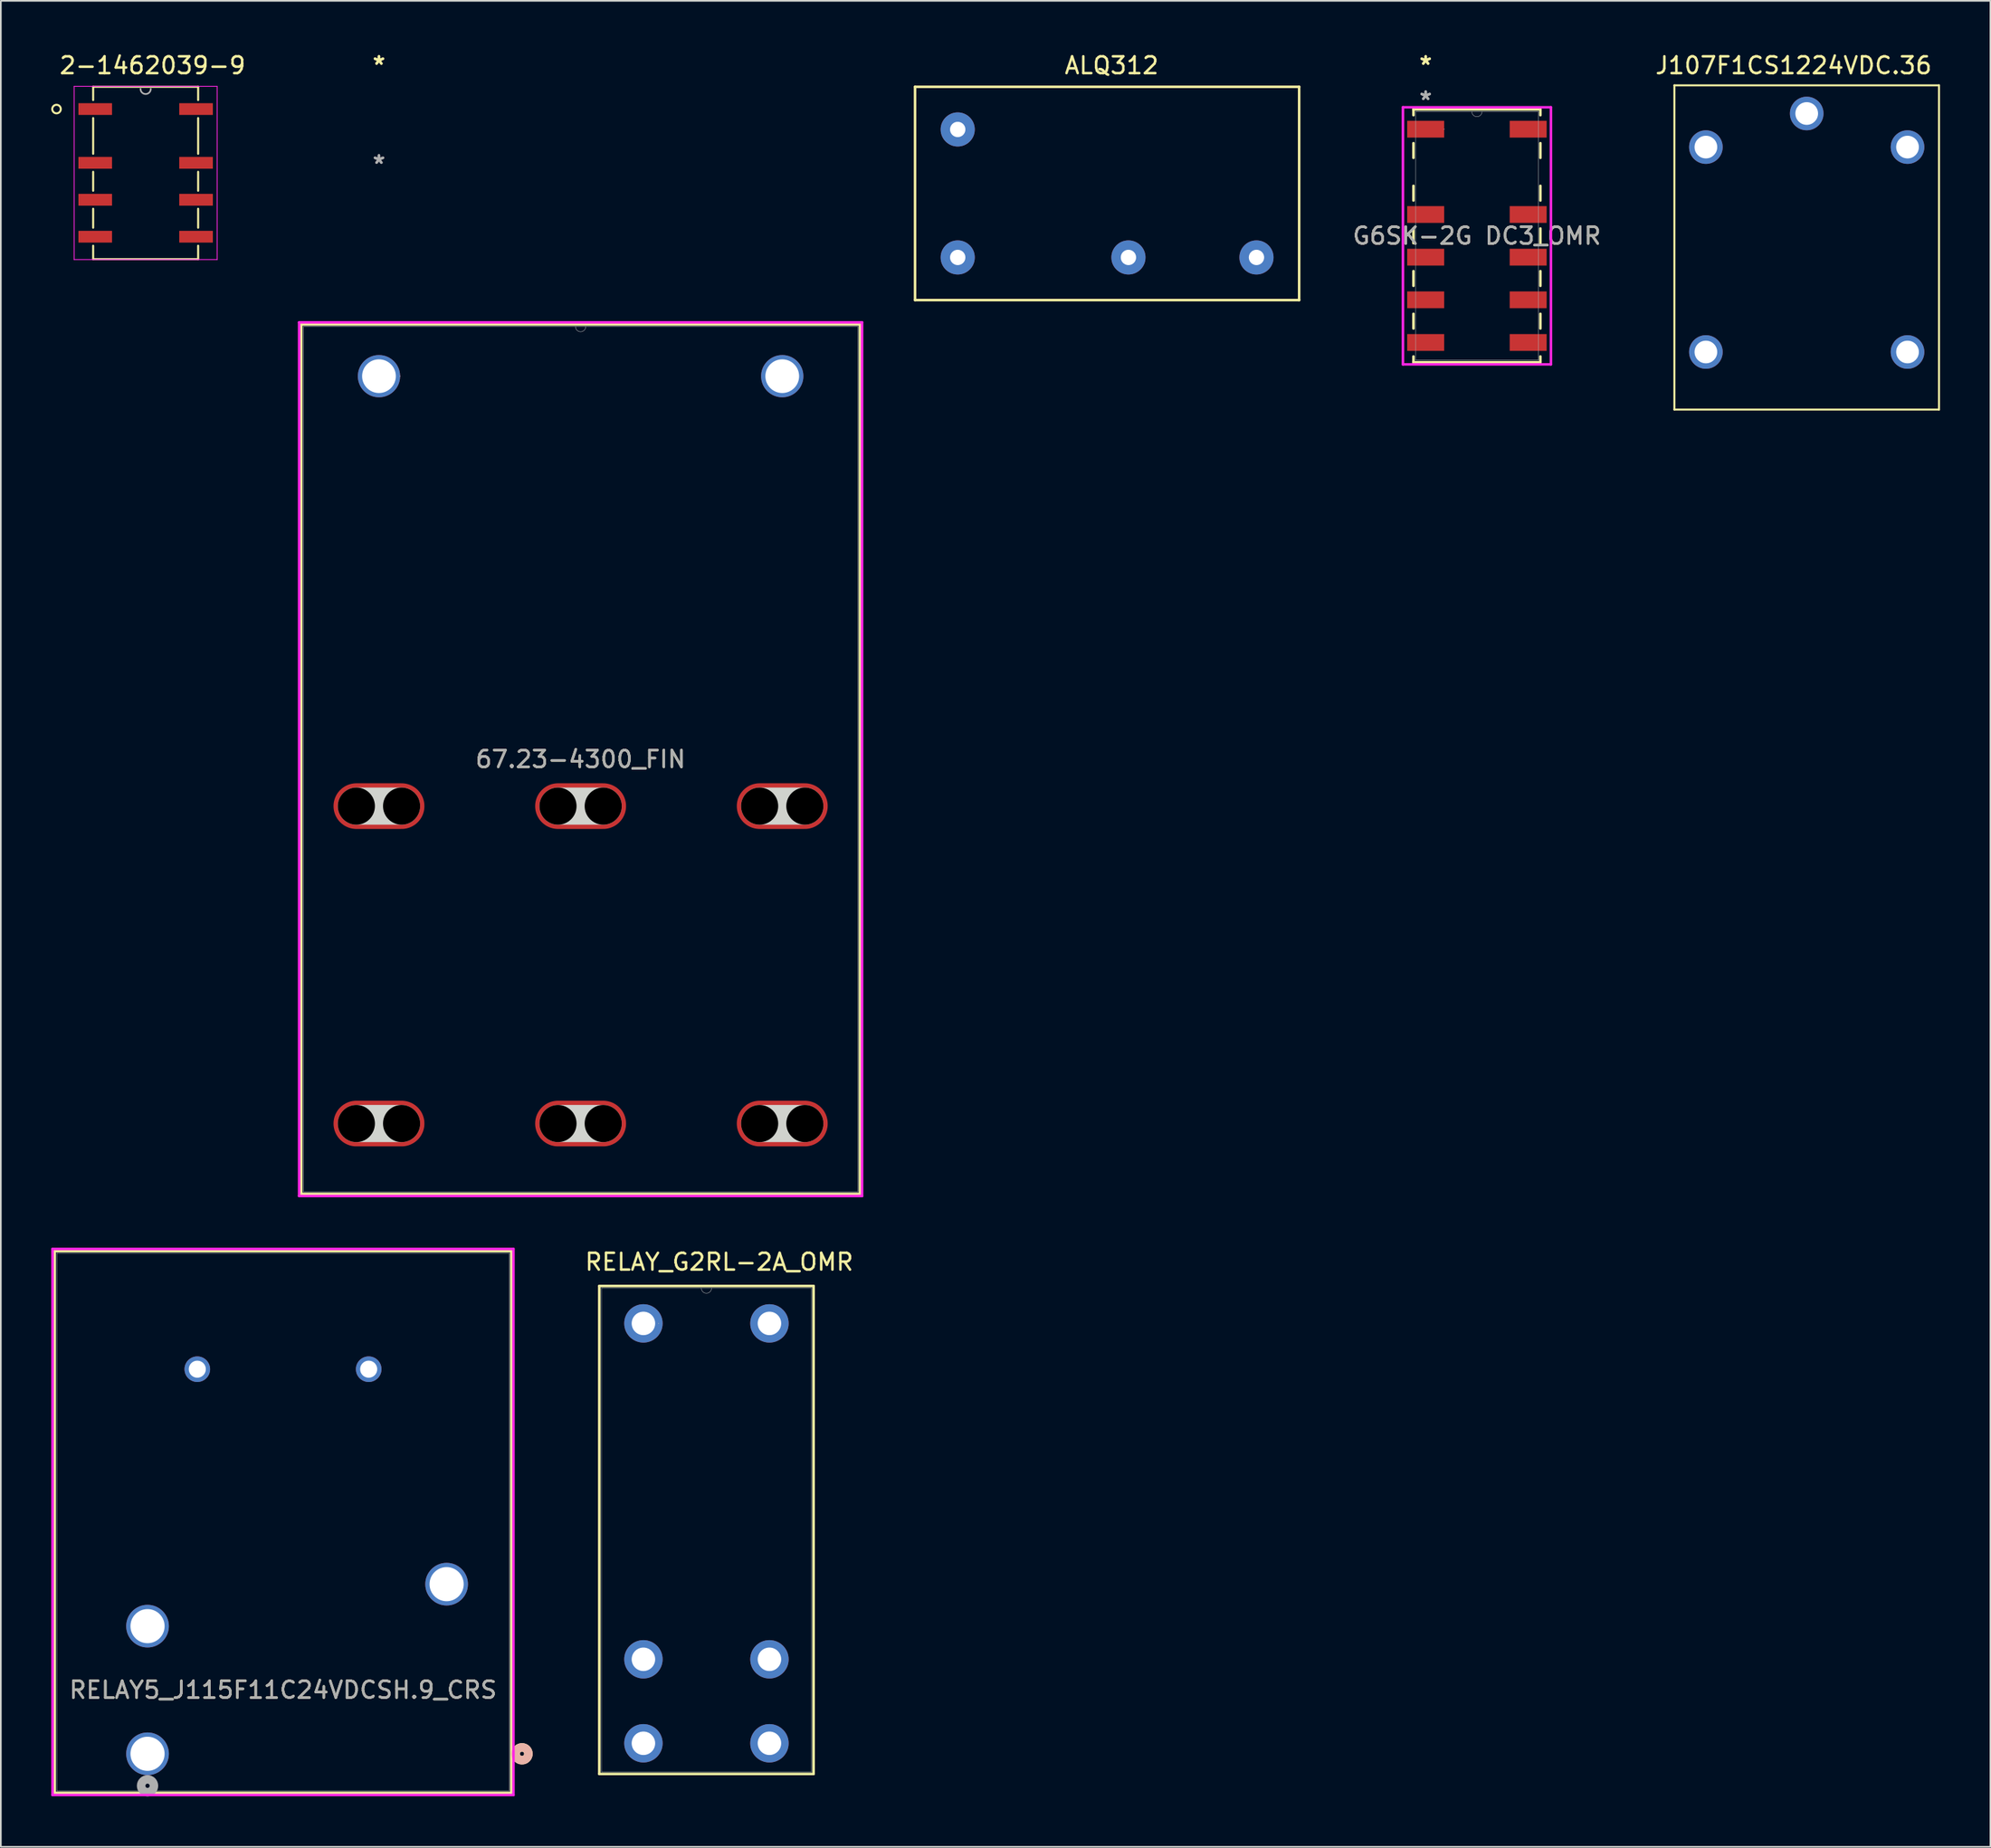
<source format=kicad_pcb>
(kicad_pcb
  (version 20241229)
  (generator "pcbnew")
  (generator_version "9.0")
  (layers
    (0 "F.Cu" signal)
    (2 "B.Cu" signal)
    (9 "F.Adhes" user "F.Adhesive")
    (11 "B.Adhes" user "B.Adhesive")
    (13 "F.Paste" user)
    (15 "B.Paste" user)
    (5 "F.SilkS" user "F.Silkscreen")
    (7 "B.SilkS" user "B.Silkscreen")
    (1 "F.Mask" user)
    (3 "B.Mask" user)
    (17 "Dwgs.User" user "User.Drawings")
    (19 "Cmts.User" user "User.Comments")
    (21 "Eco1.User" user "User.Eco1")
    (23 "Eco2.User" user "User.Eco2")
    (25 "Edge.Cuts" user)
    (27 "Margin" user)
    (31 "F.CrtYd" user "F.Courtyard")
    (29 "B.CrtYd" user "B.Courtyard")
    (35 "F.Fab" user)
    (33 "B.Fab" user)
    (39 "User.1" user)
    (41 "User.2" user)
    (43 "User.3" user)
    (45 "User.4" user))
  (footprint "RELAY_G2RL-2A_OMR"
    (layer "F.Cu")
    (at 42.742 100.348)
    (property "Reference" "RELAY_G2RL-2A_OMR" (at -2.99 -28.26 0) (unlocked yes) (layer "F.SilkS") (effects (font (size 1 1) (thickness 0.15))))
    (attr through_hole)
    (fp_line (start -10.127 -26.827) (end -10.127 2.227) (stroke (width 0.152) (type solid)) (layer "F.SilkS"))
    (fp_line (start -10.127 2.227) (end 2.627 2.227) (stroke (width 0.152) (type solid)) (layer "F.SilkS"))
    (fp_line (start 2.627 -26.827) (end -10.127 -26.827) (stroke (width 0.152) (type solid)) (layer "F.SilkS"))
    (fp_line (start 2.627 2.227) (end 2.627 -26.827) (stroke (width 0.152) (type solid)) (layer "F.SilkS"))
    (fp_line (start -10 -26.7) (end -10 2.1) (stroke (width 0.025) (type solid)) (layer "F.Fab"))
    (fp_line (start -10 2.1) (end 2.5 2.1) (stroke (width 0.025) (type solid)) (layer "F.Fab"))
    (fp_line (start 2.5 -26.7) (end -10 -26.7) (stroke (width 0.025) (type solid)) (layer "F.Fab"))
    (fp_line (start 2.5 2.1) (end 2.5 -26.7) (stroke (width 0.025) (type solid)) (layer "F.Fab"))
    (fp_arc (start -3.4452 -26.699994) (mid -3.75 -26.395194) (end -4.0548 -26.699994) (stroke (width 0.0254) (type solid)) (layer "F.Fab"))
    (fp_circle (center -6.598 -24.6) (end -6.598 -24.6) (stroke (width 0.025) (type solid)) (fill no) (layer "F.Fab"))
    (pad "1" thru_hole circle (at -7.5 -24.6) (size 2.286 2.286) (drill 1.397) (layers "*.Cu" "*.Mask"))
    (pad "3" thru_hole circle (at -7.5 -4.6) (size 2.286 2.286) (drill 1.397) (layers "*.Cu" "*.Mask"))
    (pad "4" thru_hole circle (at -7.5 0.4) (size 2.286 2.286) (drill 1.397) (layers "*.Cu" "*.Mask"))
    (pad "5" thru_hole circle (at 0 0.4) (size 2.286 2.286) (drill 1.397) (layers "*.Cu" "*.Mask"))
    (pad "6" thru_hole circle (at 0 -4.6) (size 2.286 2.286) (drill 1.397) (layers "*.Cu" "*.Mask"))
    (pad "8" thru_hole circle (at 0 -24.6) (size 2.286 2.286) (drill 1.397) (layers "*.Cu" "*.Mask")))
  (footprint "RELAY5_J115F11C24VDCSH.9_CRS"
    (layer "F.Cu")
    (at 5.73 101.374)
    (property "Reference" "RELAY5_J115F11C24VDCSH.9_CRS" (at 8.062 -3.8 0) (unlocked yes) (layer "F.SilkS") (effects (font (size 1 1) (thickness 0.15))))
    (attr through_hole)
    (fp_line (start -5.527 -29.931) (end -5.527 2.327) (stroke (width 0.152) (type solid)) (layer "F.SilkS"))
    (fp_line (start -5.527 2.327) (end 21.651 2.327) (stroke (width 0.152) (type solid)) (layer "F.SilkS"))
    (fp_line (start 21.651 -29.931) (end -5.527 -29.931) (stroke (width 0.152) (type solid)) (layer "F.SilkS"))
    (fp_line (start 21.651 2.327) (end 21.651 -29.931) (stroke (width 0.152) (type solid)) (layer "F.SilkS"))
    (fp_circle (center 22.286 0) (end 22.667 0) (stroke (width 0.508) (type solid)) (fill no) (layer "F.SilkS"))
    (fp_circle (center 22.286 0) (end 22.667 0) (stroke (width 0.508) (type solid)) (fill no) (layer "B.SilkS"))
    (fp_line (start -5.654 -30.058) (end -5.654 2.454) (stroke (width 0.152) (type solid)) (layer "F.CrtYd"))
    (fp_line (start -5.654 2.454) (end 21.778 2.454) (stroke (width 0.152) (type solid)) (layer "F.CrtYd"))
    (fp_line (start 21.778 -30.058) (end -5.654 -30.058) (stroke (width 0.152) (type solid)) (layer "F.CrtYd"))
    (fp_line (start 21.778 2.454) (end 21.778 -30.058) (stroke (width 0.152) (type solid)) (layer "F.CrtYd"))
    (fp_line (start -5.4 -29.804) (end -5.4 2.2) (stroke (width 0.025) (type solid)) (layer "F.Fab"))
    (fp_line (start -5.4 2.2) (end 21.524 2.2) (stroke (width 0.025) (type solid)) (layer "F.Fab"))
    (fp_line (start 21.524 -29.804) (end -5.4 -29.804) (stroke (width 0.025) (type solid)) (layer "F.Fab"))
    (fp_line (start 21.524 2.2) (end 21.524 -29.804) (stroke (width 0.025) (type solid)) (layer "F.Fab"))
    (fp_circle (center 0 1.905) (end 0.381 1.905) (stroke (width 0.508) (type solid)) (fill no) (layer "F.Fab"))
    (fp_text user "${REFERENCE}" (at 8.062 -3.8 0) (unlocked yes) (layer "F.Fab") (effects (font (size 1 1) (thickness 0.15))))
    (pad "1" thru_hole circle (at 0 0) (size 2.54 2.54) (drill 2.032) (layers "*.Cu" "*.Mask"))
    (pad "2" thru_hole circle (at 0 -7.6) (size 2.54 2.54) (drill 2.032) (layers "*.Cu" "*.Mask"))
    (pad "3" thru_hole circle (at 17.8 -10.1) (size 2.54 2.54) (drill 2.032) (layers "*.Cu" "*.Mask"))
    (pad "4" thru_hole circle (at 2.962 -22.9) (size 1.524 1.524) (drill 1.016) (layers "*.Cu" "*.Mask"))
    (pad "5" thru_hole circle (at 13.162 -22.9) (size 1.524 1.524) (drill 1.016) (layers "*.Cu" "*.Mask")))
  (footprint "67.23-4300_FIN"
    (layer "F.Cu")
    (at 19.504 19.348)
    (property "Reference" "67.23-4300_FIN" (at 12 22.806 0) (unlocked yes) (layer "F.SilkS") (effects (font (size 1 1) (thickness 0.15))))
    (attr smd)
    (fp_line (start -4.624 -3.077) (end -4.624 48.688) (stroke (width 0.152) (type solid)) (layer "F.SilkS"))
    (fp_line (start -4.624 48.688) (end 28.624 48.688) (stroke (width 0.152) (type solid)) (layer "F.SilkS"))
    (fp_line (start 28.624 -3.077) (end -4.624 -3.077) (stroke (width 0.152) (type solid)) (layer "F.SilkS"))
    (fp_line (start 28.624 48.688) (end 28.624 -3.077) (stroke (width 0.152) (type solid)) (layer "F.SilkS"))
    (fp_line (start -1.346 25.6) (end 1.346 25.6) (stroke (width 2.21) (type solid)) (layer "Edge.Cuts"))
    (fp_line (start -1.346 44.5) (end 1.346 44.5) (stroke (width 2.21) (type solid)) (layer "Edge.Cuts"))
    (fp_line (start 10.654 25.6) (end 13.346 25.6) (stroke (width 2.21) (type solid)) (layer "Edge.Cuts"))
    (fp_line (start 10.654 44.5) (end 13.346 44.5) (stroke (width 2.21) (type solid)) (layer "Edge.Cuts"))
    (fp_line (start 22.654 25.6) (end 25.346 25.6) (stroke (width 2.21) (type solid)) (layer "Edge.Cuts"))
    (fp_line (start 22.654 44.5) (end 25.346 44.5) (stroke (width 2.21) (type solid)) (layer "Edge.Cuts"))
    (fp_line (start -4.751 -3.204) (end 28.751 -3.204) (stroke (width 0.152) (type solid)) (layer "F.CrtYd"))
    (fp_line (start -4.751 48.815) (end -4.751 -3.204) (stroke (width 0.152) (type solid)) (layer "F.CrtYd"))
    (fp_line (start 28.751 -3.204) (end 28.751 48.815) (stroke (width 0.152) (type solid)) (layer "F.CrtYd"))
    (fp_line (start 28.751 48.815) (end -4.751 48.815) (stroke (width 0.152) (type solid)) (layer "F.CrtYd"))
    (fp_line (start -4.497 -2.95) (end -4.497 48.561) (stroke (width 0.025) (type solid)) (layer "F.Fab"))
    (fp_line (start -4.497 48.561) (end 28.497 48.561) (stroke (width 0.025) (type solid)) (layer "F.Fab"))
    (fp_line (start 28.497 -2.95) (end -4.497 -2.95) (stroke (width 0.025) (type solid)) (layer "F.Fab"))
    (fp_line (start 28.497 48.561) (end 28.497 -2.95) (stroke (width 0.025) (type solid)) (layer "F.Fab"))
    (fp_arc (start 12.3048 -2.95) (mid 12 -2.6452) (end 11.6952 -2.95) (stroke (width 0.0254) (type solid)) (layer "F.Fab"))
    (fp_circle (center 1.257 0) (end 1.257 0) (stroke (width 0.025) (type solid)) (fill no) (layer "F.Fab"))
    (fp_text user "*" (at 0 -18.5 0) (layer "F.SilkS") (effects (font (size 1 1) (thickness 0.15))))
    (fp_text user "*" (at 0 -18.5 0) (unlocked yes) (layer "F.SilkS") (effects (font (size 1 1) (thickness 0.15))))
    (fp_text user "*" (at 0 -12.6 0) (unlocked yes) (layer "F.Fab") (effects (font (size 1 1) (thickness 0.15))))
    (fp_text user "*" (at 0 -12.6 0) (layer "F.Fab") (effects (font (size 1 1) (thickness 0.15))))
    (fp_text user "${REFERENCE}" (at 12 22.806 0) (unlocked yes) (layer "F.Fab") (effects (font (size 1 1) (thickness 0.15))))
    (pad "" np_thru_hole circle (at -1.346 25.6) (size 2.21 2.21) (drill 2.21) (layers))
    (pad "" np_thru_hole circle (at -1.346 44.5) (size 2.21 2.21) (drill 2.21) (layers))
    (pad "" np_thru_hole circle (at 1.346 25.6) (size 2.21 2.21) (drill 2.21) (layers))
    (pad "" np_thru_hole circle (at 1.346 44.5) (size 2.21 2.21) (drill 2.21) (layers))
    (pad "" np_thru_hole circle (at 10.654 25.6) (size 2.21 2.21) (drill 2.21) (layers))
    (pad "" np_thru_hole circle (at 10.654 44.5) (size 2.21 2.21) (drill 2.21) (layers))
    (pad "" np_thru_hole circle (at 13.346 25.6) (size 2.21 2.21) (drill 2.21) (layers))
    (pad "" np_thru_hole circle (at 13.346 44.5) (size 2.21 2.21) (drill 2.21) (layers))
    (pad "" np_thru_hole circle (at 22.654 25.6) (size 2.21 2.21) (drill 2.21) (layers))
    (pad "" np_thru_hole circle (at 22.654 44.5) (size 2.21 2.21) (drill 2.21) (layers))
    (pad "" np_thru_hole circle (at 25.346 25.6) (size 2.21 2.21) (drill 2.21) (layers))
    (pad "" np_thru_hole circle (at 25.346 44.5) (size 2.21 2.21) (drill 2.21) (layers))
    (pad "11" smd oval (at 0.000001 25.6) (size 5.41 2.718) (layers "F.Cu" "F.Mask" "F.Paste"))
    (pad "14" smd oval (at 0.000001 44.5) (size 5.41 2.718) (layers "F.Cu" "F.Mask" "F.Paste"))
    (pad "21" smd oval (at 12 25.6) (size 5.41 2.718) (layers "F.Cu" "F.Mask" "F.Paste"))
    (pad "24" smd oval (at 12 44.5) (size 5.41 2.718) (layers "F.Cu" "F.Mask" "F.Paste"))
    (pad "31" smd oval (at 24 25.6) (size 5.41 2.718) (layers "F.Cu" "F.Mask" "F.Paste"))
    (pad "34" smd oval (at 24 44.5) (size 5.41 2.718) (layers "F.Cu" "F.Mask" "F.Paste"))
    (pad "A1" thru_hole circle (at 0.000001 -0.000001) (size 2.515 2.515) (drill 2.007) (layers "*.Cu" "*.Mask"))
    (pad "A2" thru_hole circle (at 24 -0.000001) (size 2.515 2.515) (drill 2.007) (layers "*.Cu" "*.Mask")))
  (footprint "G6SK-2G DC3_OMR"
    (layer "F.Cu")
    (at 84.847 10.992)
    (property "Reference" "G6SK-2G DC3_OMR" (at 0 0 0) (unlocked yes) (layer "F.SilkS") (effects (font (size 1 1) (thickness 0.15))))
    (attr smd)
    (fp_line (start -3.777 -7.527) (end -3.777 -7.183) (stroke (width 0.152) (type solid)) (layer "F.SilkS"))
    (fp_line (start -3.777 -5.517) (end -3.777 -4.643) (stroke (width 0.152) (type solid)) (layer "F.SilkS"))
    (fp_line (start -3.777 -2.977) (end -3.777 -2.103) (stroke (width 0.152) (type solid)) (layer "F.SilkS"))
    (fp_line (start -3.777 -0.437) (end -3.777 0.437) (stroke (width 0.152) (type solid)) (layer "F.SilkS"))
    (fp_line (start -3.777 2.103) (end -3.777 2.977) (stroke (width 0.152) (type solid)) (layer "F.SilkS"))
    (fp_line (start -3.777 4.643) (end -3.777 5.517) (stroke (width 0.152) (type solid)) (layer "F.SilkS"))
    (fp_line (start -3.777 7.183) (end -3.777 7.527) (stroke (width 0.152) (type solid)) (layer "F.SilkS"))
    (fp_line (start -3.777 7.527) (end 3.777 7.527) (stroke (width 0.152) (type solid)) (layer "F.SilkS"))
    (fp_line (start 3.777 -7.527) (end -3.777 -7.527) (stroke (width 0.152) (type solid)) (layer "F.SilkS"))
    (fp_line (start 3.777 -7.183) (end 3.777 -7.527) (stroke (width 0.152) (type solid)) (layer "F.SilkS"))
    (fp_line (start 3.777 -4.643) (end 3.777 -5.517) (stroke (width 0.152) (type solid)) (layer "F.SilkS"))
    (fp_line (start 3.777 -2.103) (end 3.777 -2.977) (stroke (width 0.152) (type solid)) (layer "F.SilkS"))
    (fp_line (start 3.777 0.437) (end 3.777 -0.437) (stroke (width 0.152) (type solid)) (layer "F.SilkS"))
    (fp_line (start 3.777 2.977) (end 3.777 2.103) (stroke (width 0.152) (type solid)) (layer "F.SilkS"))
    (fp_line (start 3.777 5.517) (end 3.777 4.643) (stroke (width 0.152) (type solid)) (layer "F.SilkS"))
    (fp_line (start 3.777 7.527) (end 3.777 7.183) (stroke (width 0.152) (type solid)) (layer "F.SilkS"))
    (fp_line (start -4.404 -7.654) (end 4.404 -7.654) (stroke (width 0.152) (type solid)) (layer "F.CrtYd"))
    (fp_line (start -4.404 7.654) (end -4.404 -7.654) (stroke (width 0.152) (type solid)) (layer "F.CrtYd"))
    (fp_line (start 4.404 -7.654) (end 4.404 7.654) (stroke (width 0.152) (type solid)) (layer "F.CrtYd"))
    (fp_line (start 4.404 7.654) (end -4.404 7.654) (stroke (width 0.152) (type solid)) (layer "F.CrtYd"))
    (fp_line (start -3.65 -7.4) (end -3.65 7.4) (stroke (width 0.025) (type solid)) (layer "F.Fab"))
    (fp_line (start -3.65 7.4) (end 3.65 7.4) (stroke (width 0.025) (type solid)) (layer "F.Fab"))
    (fp_line (start 3.65 -7.4) (end -3.65 -7.4) (stroke (width 0.025) (type solid)) (layer "F.Fab"))
    (fp_line (start 3.65 7.4) (end 3.65 -7.4) (stroke (width 0.025) (type solid)) (layer "F.Fab"))
    (fp_arc (start 0.3048 -7.4) (mid 0 -7.0952) (end -0.3048 -7.4) (stroke (width 0.0254) (type solid)) (layer "F.Fab"))
    (fp_circle (center -1.95 -6.35) (end -1.95 -6.35) (stroke (width 0.025) (type solid)) (fill no) (layer "F.Fab"))
    (fp_text user "*" (at -3.05 -10.143 0) (unlocked yes) (layer "F.SilkS") (effects (font (size 1 1) (thickness 0.15))))
    (fp_text user "*" (at -3.05 -10.143 0) (layer "F.SilkS") (effects (font (size 1 1) (thickness 0.15))))
    (fp_text user "${REFERENCE}" (at 0 0 0) (unlocked yes) (layer "F.Fab") (effects (font (size 1 1) (thickness 0.15))))
    (fp_text user "*" (at -3.05 -8.043 0) (layer "F.Fab") (effects (font (size 1 1) (thickness 0.15))))
    (fp_text user "*" (at -3.05 -8.043 0) (unlocked yes) (layer "F.Fab") (effects (font (size 1 1) (thickness 0.15))))
    (pad "1" smd rect (at -3.05 -6.35) (size 2.2 1) (layers "F.Cu" "F.Mask" "F.Paste"))
    (pad "3" smd rect (at -3.05 -1.27) (size 2.2 1) (layers "F.Cu" "F.Mask" "F.Paste"))
    (pad "4" smd rect (at -3.05 1.27) (size 2.2 1) (layers "F.Cu" "F.Mask" "F.Paste"))
    (pad "5" smd rect (at -3.05 3.81) (size 2.2 1) (layers "F.Cu" "F.Mask" "F.Paste"))
    (pad "6" smd rect (at -3.05 6.35) (size 2.2 1) (layers "F.Cu" "F.Mask" "F.Paste"))
    (pad "7" smd rect (at 3.05 6.35) (size 2.2 1) (layers "F.Cu" "F.Mask" "F.Paste"))
    (pad "8" smd rect (at 3.05 3.81) (size 2.2 1) (layers "F.Cu" "F.Mask" "F.Paste"))
    (pad "9" smd rect (at 3.05 1.27) (size 2.2 1) (layers "F.Cu" "F.Mask" "F.Paste"))
    (pad "10" smd rect (at 3.05 -1.27) (size 2.2 1) (layers "F.Cu" "F.Mask" "F.Paste"))
    (pad "12" smd rect (at 3.05 -6.35) (size 2.2 1) (layers "F.Cu" "F.Mask" "F.Paste")))
  (footprint "ALQ312"
    (layer "F.Cu")
    (at 62.837 8.468)
    (property "Reference" "ALQ312" (at 0.274 -7.62 0) (layer "F.SilkS") (effects (font (size 1 1) (thickness 0.15))))
    (attr through_hole)
    (fp_line (start -11.43 -6.35) (end 11.43 -6.35) (stroke (width 0.15) (type solid)) (layer "F.SilkS"))
    (fp_line (start -11.43 6.35) (end -11.43 -6.35) (stroke (width 0.15) (type solid)) (layer "F.SilkS"))
    (fp_line (start 11.43 -6.35) (end 11.43 6.35) (stroke (width 0.15) (type solid)) (layer "F.SilkS"))
    (fp_line (start 11.43 6.35) (end -11.43 6.35) (stroke (width 0.15) (type solid)) (layer "F.SilkS"))
    (pad "1" thru_hole circle (at -8.89 -3.81) (size 2.032 2.032) (drill 0.914) (layers "*.Cu" "*.Mask"))
    (pad "2" thru_hole circle (at -8.89 3.81) (size 2.032 2.032) (drill 0.914) (layers "*.Cu" "*.Mask"))
    (pad "3" thru_hole circle (at 1.27 3.81) (size 2.032 2.032) (drill 0.914) (layers "*.Cu" "*.Mask"))
    (pad "4" thru_hole circle (at 8.89 3.81) (size 2.032 2.032) (drill 0.914) (layers "*.Cu" "*.Mask")))
  (footprint "J107F1CS1224VDC.36"
    (layer "F.Cu")
    (at 98.473 5.708)
    (property "Reference" "J107F1CS1224VDC.36" (at 5.22 -4.86 0) (layer "F.SilkS") (effects (font (size 1 1) (thickness 0.15))))
    (attr through_hole)
    (fp_line (start -1.874 -3.677) (end -1.874 15.627) (stroke (width 0.12) (type solid)) (layer "F.SilkS"))
    (fp_line (start -1.874 15.627) (end 13.874 15.627) (stroke (width 0.12) (type solid)) (layer "F.SilkS"))
    (fp_line (start 13.874 -3.677) (end -1.874 -3.677) (stroke (width 0.12) (type solid)) (layer "F.SilkS"))
    (fp_line (start 13.874 15.627) (end 13.874 -3.677) (stroke (width 0.12) (type solid)) (layer "F.SilkS"))
    (fp_text user "*" (at 0 0 0) (layer "F.Fab") (effects (font (size 1 1) (thickness 0.15))))
    (pad "1" thru_hole circle (at 0 0) (size 2 2) (drill 1.35) (layers "*.Cu" "*.Mask"))
    (pad "2" thru_hole circle (at 0 12.2) (size 2 2) (drill 1.35) (layers "*.Cu" "*.Mask"))
    (pad "3" thru_hole circle (at 12 12.2) (size 2 2) (drill 1.35) (layers "*.Cu" "*.Mask"))
    (pad "4" thru_hole circle (at 6 -2) (size 2 2) (drill 1.35) (layers "*.Cu" "*.Mask"))
    (pad "5" thru_hole circle (at 12 0) (size 2 2) (drill 1.35) (layers "*.Cu" "*.Mask")))
  (footprint "2-1462039-9"
    (layer "F.Cu")
    (at 5.618 7.248)
    (property "Reference" "2-1462039-9" (at 0.41 -6.4 0) (layer "F.SilkS") (effects (font (size 1 1) (thickness 0.15))))
    (attr through_hole)
    (fp_line (start -3.124 -5.131) (end -3.124 -4.34) (stroke (width 0.12) (type solid)) (layer "F.SilkS"))
    (fp_line (start -3.124 -3.268) (end -3.124 -1.14) (stroke (width 0.12) (type solid)) (layer "F.SilkS"))
    (fp_line (start -3.124 -0.068) (end -3.124 1.06) (stroke (width 0.12) (type solid)) (layer "F.SilkS"))
    (fp_line (start -3.124 2.132) (end -3.124 3.26) (stroke (width 0.12) (type solid)) (layer "F.SilkS"))
    (fp_line (start -3.124 4.332) (end -3.124 5.131) (stroke (width 0.12) (type solid)) (layer "F.SilkS"))
    (fp_line (start -3.124 5.131) (end 3.124 5.131) (stroke (width 0.12) (type solid)) (layer "F.SilkS"))
    (fp_line (start 3.124 -5.131) (end -3.124 -5.131) (stroke (width 0.12) (type solid)) (layer "F.SilkS"))
    (fp_line (start 3.124 -4.34) (end 3.124 -5.131) (stroke (width 0.12) (type solid)) (layer "F.SilkS"))
    (fp_line (start 3.124 -1.14) (end 3.124 -3.268) (stroke (width 0.12) (type solid)) (layer "F.SilkS"))
    (fp_line (start 3.124 1.06) (end 3.124 -0.068) (stroke (width 0.12) (type solid)) (layer "F.SilkS"))
    (fp_line (start 3.124 3.26) (end 3.124 2.132) (stroke (width 0.12) (type solid)) (layer "F.SilkS"))
    (fp_line (start 3.124 5.131) (end 3.124 4.332) (stroke (width 0.12) (type solid)) (layer "F.SilkS"))
    (fp_circle (center -5.304 -3.804) (end -5.05 -3.804) (stroke (width 0.12) (type solid)) (fill no) (layer "F.SilkS"))
    (fp_line (start -4.255 -5.156) (end 4.255 -5.156) (stroke (width 0.05) (type solid)) (layer "F.CrtYd"))
    (fp_line (start -4.255 5.156) (end -4.255 -5.156) (stroke (width 0.05) (type solid)) (layer "F.CrtYd"))
    (fp_line (start 4.255 -5.156) (end 4.255 5.156) (stroke (width 0.05) (type solid)) (layer "F.CrtYd"))
    (fp_line (start 4.255 5.156) (end -4.255 5.156) (stroke (width 0.05) (type solid)) (layer "F.CrtYd"))
    (fp_arc (start 0.3048 -5.0038) (mid 0 -4.699) (end -0.3048 -5.0038) (stroke (width 0.1) (type solid)) (layer "F.Fab"))
    (pad "1" smd rect (at -3 -3.804) (size 2 0.7) (layers "F.Cu" "F.Mask" "F.Paste"))
    (pad "2" smd rect (at -3 -0.604) (size 2 0.7) (layers "F.Cu" "F.Mask" "F.Paste"))
    (pad "3" smd rect (at -3 1.596) (size 2 0.7) (layers "F.Cu" "F.Mask" "F.Paste"))
    (pad "4" smd rect (at -3 3.796) (size 2 0.7) (layers "F.Cu" "F.Mask" "F.Paste"))
    (pad "5" smd rect (at 3 3.796) (size 2 0.7) (layers "F.Cu" "F.Mask" "F.Paste"))
    (pad "6" smd rect (at 3 1.596) (size 2 0.7) (layers "F.Cu" "F.Mask" "F.Paste"))
    (pad "7" smd rect (at 3 -0.604) (size 2 0.7) (layers "F.Cu" "F.Mask" "F.Paste"))
    (pad "8" smd rect (at 3 -3.804) (size 2 0.7) (layers "F.Cu" "F.Mask" "F.Paste")))
  (gr_rect
    (start -3 -3)
    (end 115.407 106.914)
    (stroke (width 0.1) (type default))
    (fill no)
    (layer "Edge.Cuts")))
</source>
